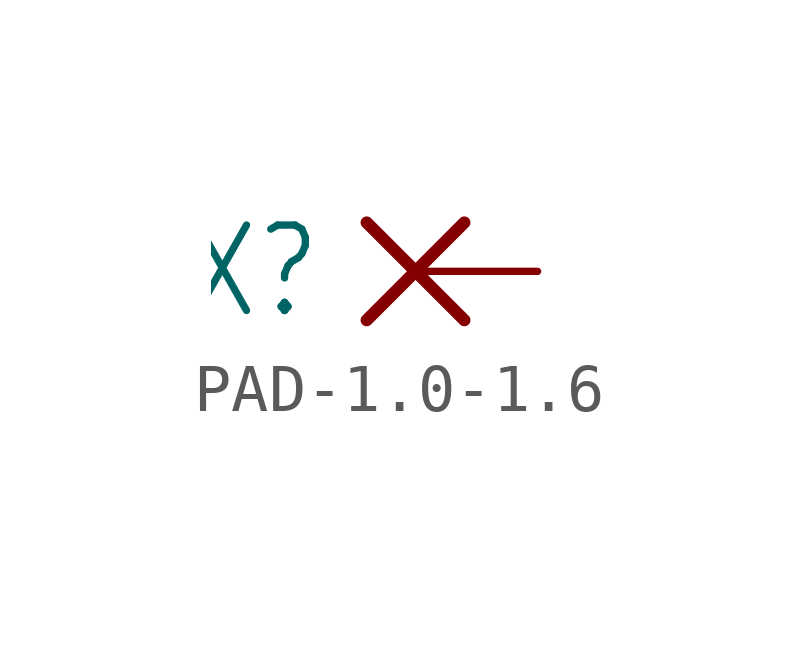
<source format=kicad_sym>
(kicad_symbol_lib
  (version 20231120)
  (generator "kicad_symbol_editor")
  (generator_version "8.0")
  (symbol "PAD-1.0-1.6"
    (property "Reference" "X"
      (at -1.905 0 0)
      (effects (font (size 1.778 1.511)) (justify right)))
    (property "ki_locked" ""
      (at 0 0 0)
      (effects (font (size 1.27 1.27))))
    (symbol "PAD-1.0-1.6_1_0"
      (polyline (pts (xy -1.016 -1.016) (xy 1.016 1.016)) (stroke (width 0.254) (type solid)) (fill (type none)))
      (polyline (pts (xy -1.016 1.016) (xy 1.016 -1.016)) (stroke (width 0.254) (type solid)) (fill (type none)))
      (pin passive line (at 2.54 0 180) (length 2.54) (name "P" (effects (font (size 0 0)))) (number "1" (effects (font (size 0 0))))))))
</source>
